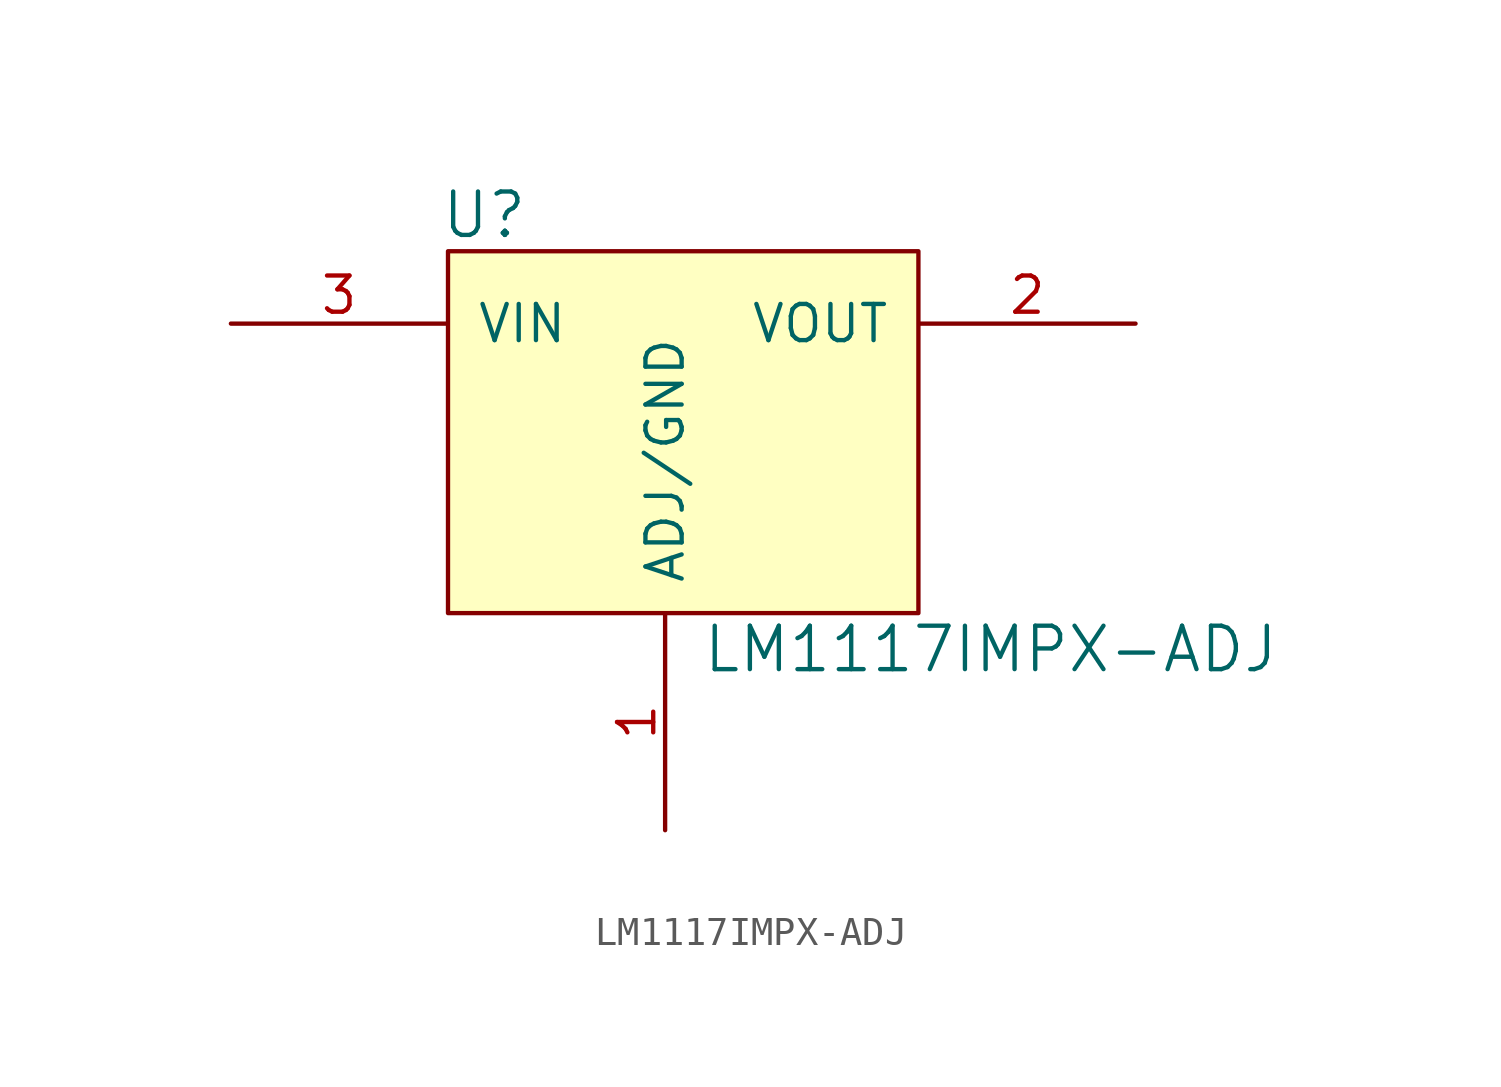
<source format=kicad_sym>
(kicad_symbol_lib
  (version 20211014)
  (generator kicad_symbol_editor)
  (symbol "LM1117IMPX-ADJ"
    (pin_names
      (offset 1.016))
    (property "Reference" "U"
      (at -6.35 7.62 0)
      (effects (font (size 1.524 1.524))))
    (property "Value" "LM1117IMPX-ADJ"
      (at 11.43 -7.62 0)
      (effects (font (size 1.524 1.524))))
    (property "Footprint" ""
      (at 0 -1.27 0)
      (effects (font (size 1.524 1.524))))
    (property "Datasheet" ""
      (at 0 -1.27 0)
      (effects (font (size 1.524 1.524))))
    (symbol "LM1117IMPX-ADJ_0_1"
      (rectangle (start -7.62 6.35) (end 8.89 -6.35) (stroke (width 0) (type default) (color 0 0 0 0)) (fill (type background))))
    (symbol "LM1117IMPX-ADJ_1_1"
      (pin input line (at 0 -13.97 90) (length 7.595) (name "ADJ/GND" (effects (font (size 1.27 1.27)))) (number "1" (effects (font (size 1.27 1.27)))))
      (pin input line (at 16.51 3.81 180) (length 7.595) (name "VOUT" (effects (font (size 1.27 1.27)))) (number "2" (effects (font (size 1.27 1.27)))))
      (pin input line (at -15.24 3.81 0) (length 7.595) (name "VIN" (effects (font (size 1.27 1.27)))) (number "3" (effects (font (size 1.27 1.27))))))))
</source>
